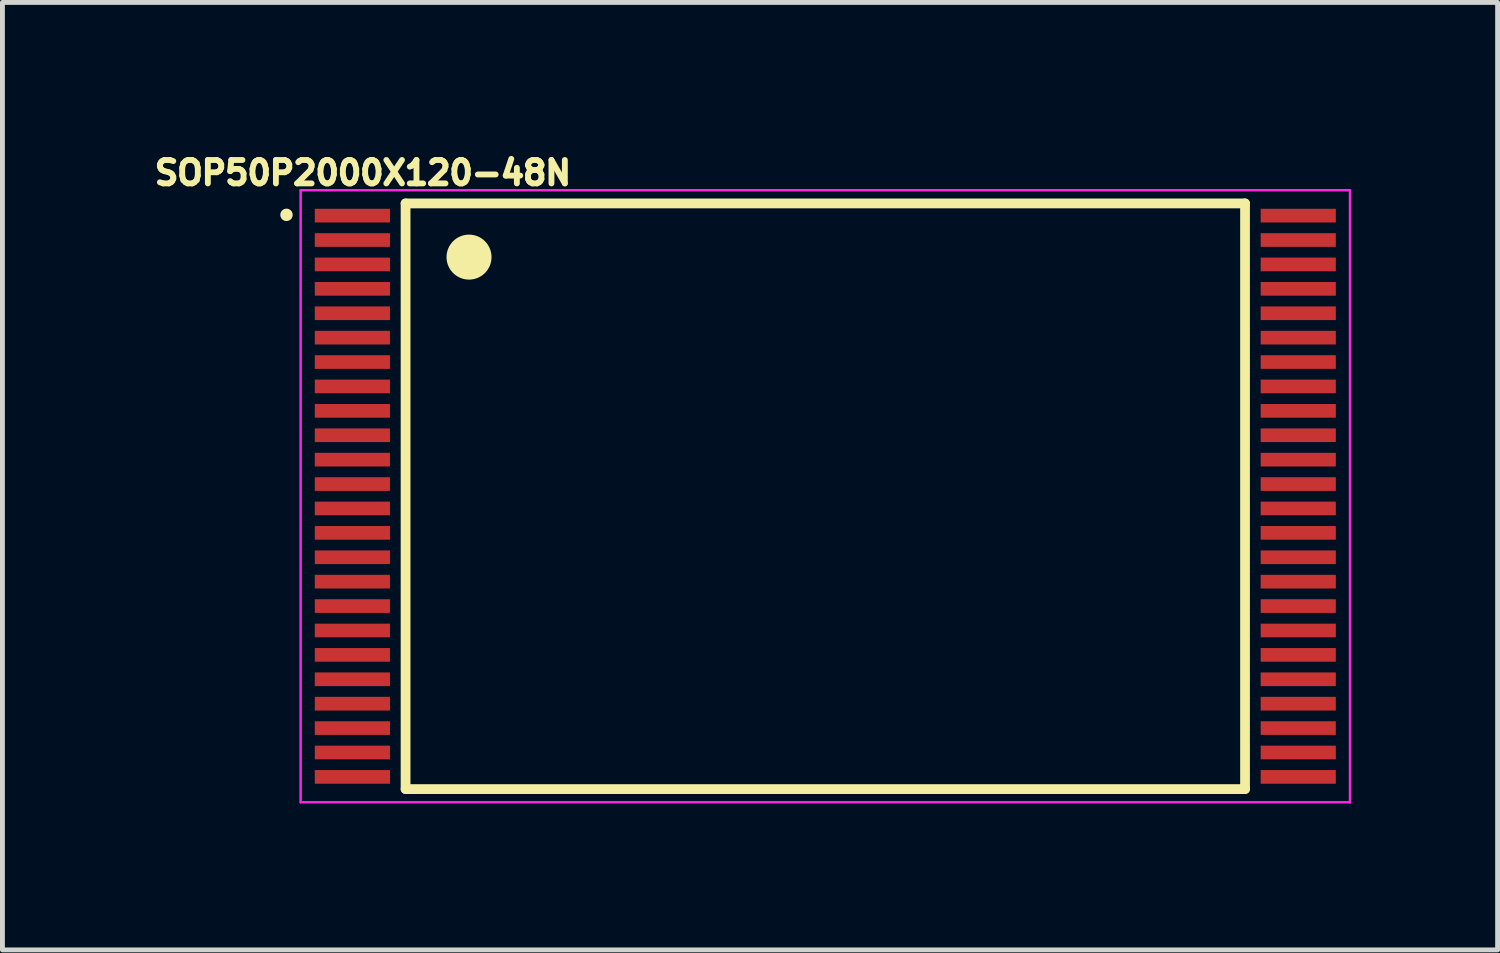
<source format=kicad_pcb>
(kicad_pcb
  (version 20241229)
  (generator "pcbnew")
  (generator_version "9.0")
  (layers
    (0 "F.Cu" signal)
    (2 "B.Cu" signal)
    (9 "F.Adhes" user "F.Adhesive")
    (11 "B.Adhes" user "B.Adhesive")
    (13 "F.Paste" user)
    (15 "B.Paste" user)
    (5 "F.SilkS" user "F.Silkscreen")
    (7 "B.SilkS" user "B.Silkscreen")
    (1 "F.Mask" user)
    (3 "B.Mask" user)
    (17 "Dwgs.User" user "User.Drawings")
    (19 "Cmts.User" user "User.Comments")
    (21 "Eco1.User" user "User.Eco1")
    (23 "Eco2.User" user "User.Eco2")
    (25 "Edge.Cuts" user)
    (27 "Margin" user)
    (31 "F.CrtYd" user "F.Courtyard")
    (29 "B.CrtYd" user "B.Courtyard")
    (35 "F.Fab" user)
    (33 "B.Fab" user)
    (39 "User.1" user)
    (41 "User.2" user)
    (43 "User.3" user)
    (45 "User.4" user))
  (footprint "SOP50P2000X120-48N"
    (layer "F.Cu")
    (at 13.86 7.118)
    (property "Reference" "SOP50P2000X120-48N" (at -9.474 -6.626 0) (layer "F.SilkS") (effects (font (size 0.48 0.48) (thickness 0.15))))
    (attr smd)
    (fp_line (start -8.6 -6) (end 8.6 -6) (stroke (width 0.2) (type solid)) (layer "F.SilkS"))
    (fp_line (start -8.6 6) (end -8.6 -6) (stroke (width 0.2) (type solid)) (layer "F.SilkS"))
    (fp_line (start 8.6 -6) (end 8.6 6) (stroke (width 0.2) (type solid)) (layer "F.SilkS"))
    (fp_line (start 8.6 6) (end -8.6 6) (stroke (width 0.2) (type solid)) (layer "F.SilkS"))
    (fp_circle (center -11.04 -5.766) (end -10.913 -5.766) (stroke (width 0) (type solid)) (fill yes) (layer "F.SilkS"))
    (fp_circle (center -7.3 -5) (end -7.159 -5) (stroke (width 0.2) (type solid)) (fill no) (layer "F.SilkS"))
    (fp_circle (center -7.3 -4.9) (end -7.159 -4.9) (stroke (width 0.2) (type solid)) (fill no) (layer "F.SilkS"))
    (fp_circle (center -7.3 -4.9) (end -7.017 -4.9) (stroke (width 0.2) (type solid)) (fill no) (layer "F.SilkS"))
    (fp_circle (center -7.3 -4.9) (end -6.939 -4.9) (stroke (width 0.2) (type solid)) (fill no) (layer "F.SilkS"))
    (fp_circle (center -7.3 -4.8) (end -7.2 -4.8) (stroke (width 0.2) (type solid)) (fill no) (layer "F.SilkS"))
    (fp_line (start -10.75 -6.27) (end 10.75 -6.27) (stroke (width 0.05) (type solid)) (layer "F.CrtYd"))
    (fp_line (start -10.75 6.27) (end -10.75 -6.27) (stroke (width 0.05) (type solid)) (layer "F.CrtYd"))
    (fp_line (start 10.75 -6.27) (end 10.75 6.27) (stroke (width 0.05) (type solid)) (layer "F.CrtYd"))
    (fp_line (start 10.75 6.27) (end -10.75 6.27) (stroke (width 0.05) (type solid)) (layer "F.CrtYd"))
    (pad "1" smd rect (at -9.69 -5.75) (size 1.54 0.28) (layers "F.Cu" "F.Mask" "F.Paste"))
    (pad "2" smd rect (at -9.69 -5.25) (size 1.54 0.28) (layers "F.Cu" "F.Mask" "F.Paste"))
    (pad "3" smd rect (at -9.69 -4.75) (size 1.54 0.28) (layers "F.Cu" "F.Mask" "F.Paste"))
    (pad "4" smd rect (at -9.69 -4.25) (size 1.54 0.28) (layers "F.Cu" "F.Mask" "F.Paste"))
    (pad "5" smd rect (at -9.69 -3.75) (size 1.54 0.28) (layers "F.Cu" "F.Mask" "F.Paste"))
    (pad "6" smd rect (at -9.69 -3.25) (size 1.54 0.28) (layers "F.Cu" "F.Mask" "F.Paste"))
    (pad "7" smd rect (at -9.69 -2.75) (size 1.54 0.28) (layers "F.Cu" "F.Mask" "F.Paste"))
    (pad "8" smd rect (at -9.69 -2.25) (size 1.54 0.28) (layers "F.Cu" "F.Mask" "F.Paste"))
    (pad "9" smd rect (at -9.69 -1.75) (size 1.54 0.28) (layers "F.Cu" "F.Mask" "F.Paste"))
    (pad "10" smd rect (at -9.69 -1.25) (size 1.54 0.28) (layers "F.Cu" "F.Mask" "F.Paste"))
    (pad "11" smd rect (at -9.69 -0.75) (size 1.54 0.28) (layers "F.Cu" "F.Mask" "F.Paste"))
    (pad "12" smd rect (at -9.69 -0.25) (size 1.54 0.28) (layers "F.Cu" "F.Mask" "F.Paste"))
    (pad "13" smd rect (at -9.69 0.25) (size 1.54 0.28) (layers "F.Cu" "F.Mask" "F.Paste"))
    (pad "14" smd rect (at -9.69 0.75) (size 1.54 0.28) (layers "F.Cu" "F.Mask" "F.Paste"))
    (pad "15" smd rect (at -9.69 1.25) (size 1.54 0.28) (layers "F.Cu" "F.Mask" "F.Paste"))
    (pad "16" smd rect (at -9.69 1.75) (size 1.54 0.28) (layers "F.Cu" "F.Mask" "F.Paste"))
    (pad "17" smd rect (at -9.69 2.25) (size 1.54 0.28) (layers "F.Cu" "F.Mask" "F.Paste"))
    (pad "18" smd rect (at -9.69 2.75) (size 1.54 0.28) (layers "F.Cu" "F.Mask" "F.Paste"))
    (pad "19" smd rect (at -9.69 3.25) (size 1.54 0.28) (layers "F.Cu" "F.Mask" "F.Paste"))
    (pad "20" smd rect (at -9.69 3.75) (size 1.54 0.28) (layers "F.Cu" "F.Mask" "F.Paste"))
    (pad "21" smd rect (at -9.69 4.25) (size 1.54 0.28) (layers "F.Cu" "F.Mask" "F.Paste"))
    (pad "22" smd rect (at -9.69 4.75) (size 1.54 0.28) (layers "F.Cu" "F.Mask" "F.Paste"))
    (pad "23" smd rect (at -9.69 5.25) (size 1.54 0.28) (layers "F.Cu" "F.Mask" "F.Paste"))
    (pad "24" smd rect (at -9.69 5.75) (size 1.54 0.28) (layers "F.Cu" "F.Mask" "F.Paste"))
    (pad "25" smd rect (at 9.69 5.75 180) (size 1.54 0.28) (layers "F.Cu" "F.Mask" "F.Paste"))
    (pad "26" smd rect (at 9.69 5.25 180) (size 1.54 0.28) (layers "F.Cu" "F.Mask" "F.Paste"))
    (pad "27" smd rect (at 9.69 4.75 180) (size 1.54 0.28) (layers "F.Cu" "F.Mask" "F.Paste"))
    (pad "28" smd rect (at 9.69 4.25 180) (size 1.54 0.28) (layers "F.Cu" "F.Mask" "F.Paste"))
    (pad "29" smd rect (at 9.69 3.75 180) (size 1.54 0.28) (layers "F.Cu" "F.Mask" "F.Paste"))
    (pad "30" smd rect (at 9.69 3.25 180) (size 1.54 0.28) (layers "F.Cu" "F.Mask" "F.Paste"))
    (pad "31" smd rect (at 9.69 2.75 180) (size 1.54 0.28) (layers "F.Cu" "F.Mask" "F.Paste"))
    (pad "32" smd rect (at 9.69 2.25 180) (size 1.54 0.28) (layers "F.Cu" "F.Mask" "F.Paste"))
    (pad "33" smd rect (at 9.69 1.75 180) (size 1.54 0.28) (layers "F.Cu" "F.Mask" "F.Paste"))
    (pad "34" smd rect (at 9.69 1.25 180) (size 1.54 0.28) (layers "F.Cu" "F.Mask" "F.Paste"))
    (pad "35" smd rect (at 9.69 0.75 180) (size 1.54 0.28) (layers "F.Cu" "F.Mask" "F.Paste"))
    (pad "36" smd rect (at 9.69 0.25 180) (size 1.54 0.28) (layers "F.Cu" "F.Mask" "F.Paste"))
    (pad "37" smd rect (at 9.69 -0.25 180) (size 1.54 0.28) (layers "F.Cu" "F.Mask" "F.Paste"))
    (pad "38" smd rect (at 9.69 -0.75 180) (size 1.54 0.28) (layers "F.Cu" "F.Mask" "F.Paste"))
    (pad "39" smd rect (at 9.69 -1.25 180) (size 1.54 0.28) (layers "F.Cu" "F.Mask" "F.Paste"))
    (pad "40" smd rect (at 9.69 -1.75 180) (size 1.54 0.28) (layers "F.Cu" "F.Mask" "F.Paste"))
    (pad "41" smd rect (at 9.69 -2.25 180) (size 1.54 0.28) (layers "F.Cu" "F.Mask" "F.Paste"))
    (pad "42" smd rect (at 9.69 -2.75 180) (size 1.54 0.28) (layers "F.Cu" "F.Mask" "F.Paste"))
    (pad "43" smd rect (at 9.69 -3.25 180) (size 1.54 0.28) (layers "F.Cu" "F.Mask" "F.Paste"))
    (pad "44" smd rect (at 9.69 -3.75 180) (size 1.54 0.28) (layers "F.Cu" "F.Mask" "F.Paste"))
    (pad "45" smd rect (at 9.69 -4.25 180) (size 1.54 0.28) (layers "F.Cu" "F.Mask" "F.Paste"))
    (pad "46" smd rect (at 9.69 -4.75 180) (size 1.54 0.28) (layers "F.Cu" "F.Mask" "F.Paste"))
    (pad "47" smd rect (at 9.69 -5.25 180) (size 1.54 0.28) (layers "F.Cu" "F.Mask" "F.Paste"))
    (pad "48" smd rect (at 9.69 -5.75 180) (size 1.54 0.28) (layers "F.Cu" "F.Mask" "F.Paste")))
  (gr_rect
    (start -3 -3)
    (end 27.635 16.413)
    (stroke (width 0.1) (type default))
    (fill no)
    (layer "Edge.Cuts")))
</source>
